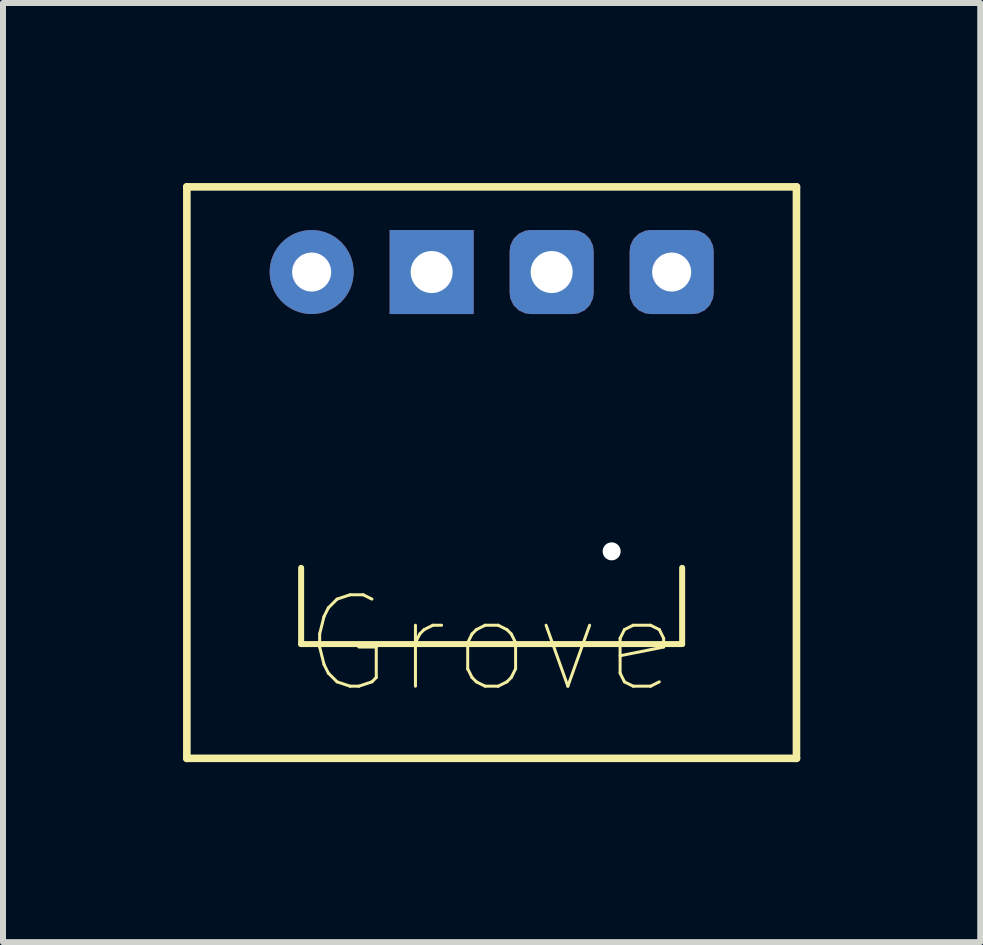
<source format=kicad_pcb>
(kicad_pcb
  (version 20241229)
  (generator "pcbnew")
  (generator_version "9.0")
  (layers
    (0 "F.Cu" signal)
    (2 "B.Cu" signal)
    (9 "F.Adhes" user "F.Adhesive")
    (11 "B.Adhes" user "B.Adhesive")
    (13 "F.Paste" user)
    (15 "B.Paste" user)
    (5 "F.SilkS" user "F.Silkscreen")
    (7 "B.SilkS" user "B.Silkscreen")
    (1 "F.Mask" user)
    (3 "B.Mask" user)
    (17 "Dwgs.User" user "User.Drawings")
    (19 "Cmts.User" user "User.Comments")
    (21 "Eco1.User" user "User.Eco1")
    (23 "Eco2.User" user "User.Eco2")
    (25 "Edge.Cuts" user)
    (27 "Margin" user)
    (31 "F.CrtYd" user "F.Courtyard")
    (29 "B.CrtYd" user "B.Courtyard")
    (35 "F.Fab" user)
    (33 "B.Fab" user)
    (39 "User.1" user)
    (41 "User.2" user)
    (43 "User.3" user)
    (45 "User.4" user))
  (footprint "Grove"
    (layer "F.Cu")
    (at 5.144 7.684)
    (property "Reference" "Grove" (at 0 0 0) (layer "F.SilkS") (effects (font (size 1.524 1.524) (thickness 0.05))))
    (attr smd)
    (fp_line (start -5.08 -7.62) (end 5.08 -7.62) (stroke (width 0.127) (type default)) (layer "F.SilkS"))
    (fp_line (start -5.08 1.905) (end -5.08 -7.62) (stroke (width 0.127) (type default)) (layer "F.SilkS"))
    (fp_line (start -3.175 -1.27) (end -3.175 0) (stroke (width 0.1) (type default)) (layer "F.SilkS"))
    (fp_line (start -3.175 0) (end 3.175 0) (stroke (width 0.1) (type default)) (layer "F.SilkS"))
    (fp_line (start 3.175 0) (end 3.175 -1.27) (stroke (width 0.1) (type default)) (layer "F.SilkS"))
    (fp_line (start 5.08 -7.62) (end 5.08 1.905) (stroke (width 0.127) (type default)) (layer "F.SilkS"))
    (fp_line (start 5.08 1.905) (end -5.08 1.905) (stroke (width 0.127) (type default)) (layer "F.SilkS"))
    (pad "" np_thru_hole circle (at 2 -1.545) (size 0.3 0.3) (drill 0.3) (layers "*.Cu" "*.Mask"))
    (pad "1" thru_hole roundrect (at 3 -6.2 90) (size 1.4 1.4) (drill 0.65) (layers "*.Cu") (roundrect_rratio 0.25))
    (pad "2" thru_hole roundrect (at 1 -6.2 90) (size 1.4 1.4) (drill 0.7) (layers "*.Cu") (roundrect_rratio 0.25))
    (pad "3" thru_hole rect (at -1 -6.2 90) (size 1.4 1.4) (drill 0.7) (layers "*.Cu"))
    (pad "4" thru_hole circle (at -3 -6.2 90) (size 1.4 1.4) (drill 0.65) (layers "*.Cu")))
  (gr_rect
    (start -3 -3)
    (end 13.287 12.652)
    (stroke (width 0.1) (type default))
    (fill no)
    (layer "Edge.Cuts")))
</source>
